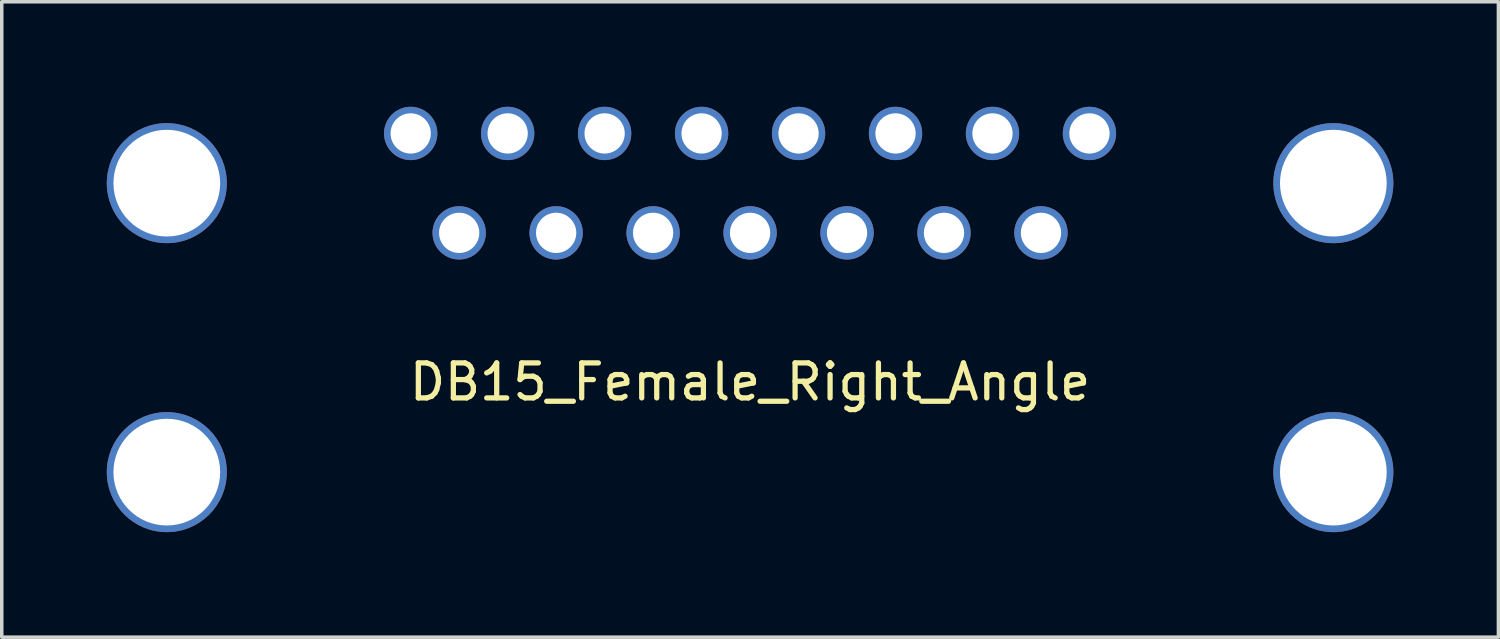
<source format=kicad_pcb>
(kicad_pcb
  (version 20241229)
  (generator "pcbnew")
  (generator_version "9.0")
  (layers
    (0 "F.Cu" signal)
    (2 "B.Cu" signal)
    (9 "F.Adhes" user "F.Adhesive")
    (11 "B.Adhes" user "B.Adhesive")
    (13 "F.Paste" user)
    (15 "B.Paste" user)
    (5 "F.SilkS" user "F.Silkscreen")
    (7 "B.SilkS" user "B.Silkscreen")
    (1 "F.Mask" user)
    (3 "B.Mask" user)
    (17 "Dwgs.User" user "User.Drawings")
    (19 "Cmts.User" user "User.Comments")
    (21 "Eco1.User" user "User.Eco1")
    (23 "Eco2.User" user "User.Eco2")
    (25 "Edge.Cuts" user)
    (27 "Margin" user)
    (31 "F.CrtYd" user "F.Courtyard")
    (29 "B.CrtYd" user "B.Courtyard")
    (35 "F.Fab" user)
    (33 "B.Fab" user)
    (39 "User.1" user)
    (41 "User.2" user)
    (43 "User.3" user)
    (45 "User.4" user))
  (footprint "DB15_Female_Right_Angle"
    (layer "F.Cu")
    (at 18.377 0.762)
    (property "Reference" "DB15_Female_Right_Angle" (at 0 7.1 0) (layer "F.SilkS") (effects (font (size 1 1) (thickness 0.15))))
    (attr through_hole)
    (pad "" thru_hole circle (at -16.662 1.42) (size 3.429 3.429) (drill 3.048) (layers "*.Cu" "*.Mask"))
    (pad "" thru_hole circle (at -16.662 9.675) (size 3.429 3.429) (drill 3.048) (layers "*.Cu" "*.Mask"))
    (pad "" thru_hole circle (at 16.662 1.42) (size 3.429 3.429) (drill 3.048) (layers "*.Cu" "*.Mask"))
    (pad "" thru_hole circle (at 16.662 9.675) (size 3.429 3.429) (drill 3.048) (layers "*.Cu" "*.Mask"))
    (pad "1" thru_hole circle (at 9.695 0) (size 1.524 1.524) (drill 1.15) (layers "*.Cu" "*.Mask"))
    (pad "2" thru_hole circle (at 6.925 0) (size 1.524 1.524) (drill 1.15) (layers "*.Cu" "*.Mask"))
    (pad "3" thru_hole circle (at 4.155 0) (size 1.524 1.524) (drill 1.15) (layers "*.Cu" "*.Mask"))
    (pad "4" thru_hole circle (at 1.385 0) (size 1.524 1.524) (drill 1.15) (layers "*.Cu" "*.Mask"))
    (pad "5" thru_hole circle (at -1.385 0) (size 1.524 1.524) (drill 1.15) (layers "*.Cu" "*.Mask"))
    (pad "6" thru_hole circle (at -4.155 0) (size 1.524 1.524) (drill 1.15) (layers "*.Cu" "*.Mask"))
    (pad "7" thru_hole circle (at -6.925 0) (size 1.524 1.524) (drill 1.15) (layers "*.Cu" "*.Mask"))
    (pad "8" thru_hole circle (at -9.695 0) (size 1.524 1.524) (drill 1.15) (layers "*.Cu" "*.Mask"))
    (pad "9" thru_hole circle (at 8.31 2.84) (size 1.524 1.524) (drill 1.15) (layers "*.Cu" "*.Mask"))
    (pad "10" thru_hole circle (at 5.54 2.84) (size 1.524 1.524) (drill 1.15) (layers "*.Cu" "*.Mask"))
    (pad "11" thru_hole circle (at 2.77 2.84) (size 1.524 1.524) (drill 1.15) (layers "*.Cu" "*.Mask"))
    (pad "12" thru_hole circle (at 0 2.84) (size 1.524 1.524) (drill 1.15) (layers "*.Cu" "*.Mask"))
    (pad "13" thru_hole circle (at -2.77 2.84) (size 1.524 1.524) (drill 1.15) (layers "*.Cu" "*.Mask"))
    (pad "14" thru_hole circle (at -5.54 2.84) (size 1.524 1.524) (drill 1.15) (layers "*.Cu" "*.Mask"))
    (pad "15" thru_hole circle (at -8.31 2.84) (size 1.524 1.524) (drill 1.15) (layers "*.Cu" "*.Mask")))
  (gr_rect
    (start -3 -3)
    (end 39.754 15.152)
    (stroke (width 0.1) (type default))
    (fill no)
    (layer "Edge.Cuts")))
</source>
